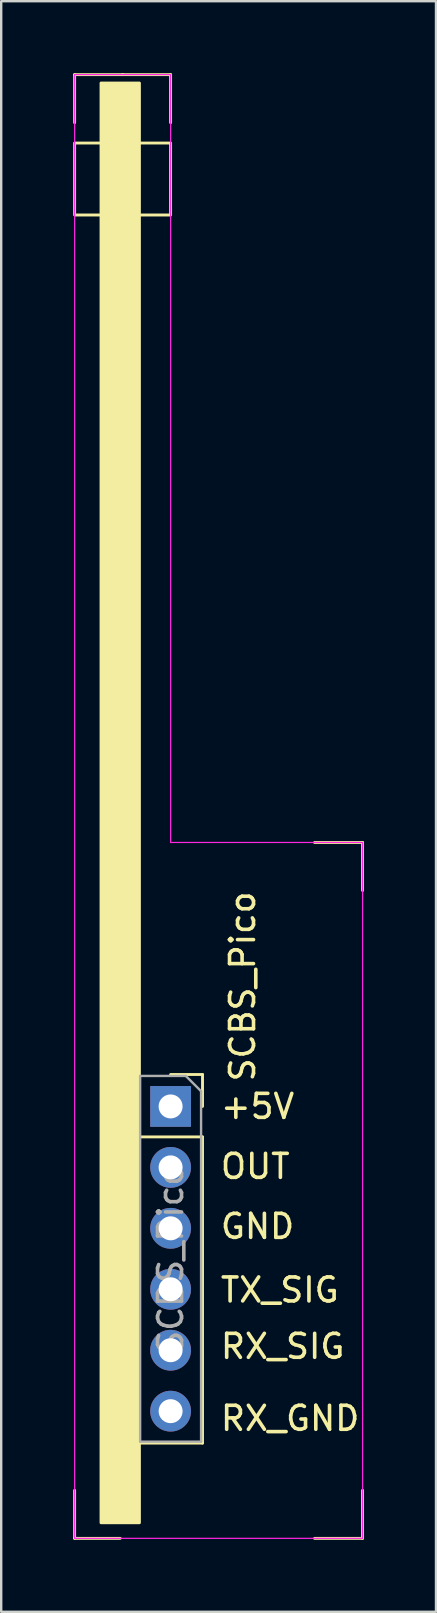
<source format=kicad_pcb>
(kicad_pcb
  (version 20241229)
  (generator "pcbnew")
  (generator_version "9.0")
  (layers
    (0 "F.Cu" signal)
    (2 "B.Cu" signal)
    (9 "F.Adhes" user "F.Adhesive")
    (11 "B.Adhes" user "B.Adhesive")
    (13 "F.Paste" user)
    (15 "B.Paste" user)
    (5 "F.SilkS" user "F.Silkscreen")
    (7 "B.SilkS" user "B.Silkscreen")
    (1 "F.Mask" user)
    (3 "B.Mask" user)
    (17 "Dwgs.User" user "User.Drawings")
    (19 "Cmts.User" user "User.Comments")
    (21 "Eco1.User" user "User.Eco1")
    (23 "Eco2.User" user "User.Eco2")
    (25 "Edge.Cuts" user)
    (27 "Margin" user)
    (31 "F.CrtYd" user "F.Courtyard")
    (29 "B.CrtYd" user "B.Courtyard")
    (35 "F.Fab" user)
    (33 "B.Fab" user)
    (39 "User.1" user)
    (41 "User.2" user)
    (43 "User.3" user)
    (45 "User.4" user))
  (footprint "SCBS_Pico"
    (layer "F.Cu")
    (at 4.06 43.06)
    (property "Reference" "SCBS_Pico" (at 3 -5 90) (layer "F.SilkS") (effects (font (size 1 1) (thickness 0.15))))
    (attr through_hole)
    (fp_line (start -4 -43) (end -4 -41) (stroke (width 0.12) (type solid)) (layer "F.SilkS"))
    (fp_line (start -4 16) (end -4 18) (stroke (width 0.12) (type solid)) (layer "F.SilkS"))
    (fp_line (start -4 18) (end -2.1 18) (stroke (width 0.12) (type solid)) (layer "F.SilkS"))
    (fp_line (start -2 -43) (end -4 -43) (stroke (width 0.12) (type solid)) (layer "F.SilkS"))
    (fp_line (start -2 -43) (end 0 -43) (stroke (width 0.12) (type solid)) (layer "F.SilkS"))
    (fp_line (start -1.33 1.27) (end -1.33 14.03) (stroke (width 0.12) (type solid)) (layer "F.SilkS"))
    (fp_line (start -1.33 1.27) (end 1.33 1.27) (stroke (width 0.12) (type solid)) (layer "F.SilkS"))
    (fp_line (start -1.33 14.03) (end 1.33 14.03) (stroke (width 0.12) (type solid)) (layer "F.SilkS"))
    (fp_line (start 0 -43) (end 0 -41) (stroke (width 0.12) (type solid)) (layer "F.SilkS"))
    (fp_line (start 0 -1.33) (end 1.33 -1.33) (stroke (width 0.12) (type solid)) (layer "F.SilkS"))
    (fp_line (start 1.33 -1.33) (end 1.33 0) (stroke (width 0.12) (type solid)) (layer "F.SilkS"))
    (fp_line (start 1.33 1.27) (end 1.33 14.03) (stroke (width 0.12) (type solid)) (layer "F.SilkS"))
    (fp_line (start 6 -11) (end 8 -11) (stroke (width 0.12) (type solid)) (layer "F.SilkS"))
    (fp_line (start 8 -11) (end 8 -9) (stroke (width 0.12) (type solid)) (layer "F.SilkS"))
    (fp_line (start 8 16) (end 8 18) (stroke (width 0.12) (type solid)) (layer "F.SilkS"))
    (fp_line (start 8 18) (end 6 18) (stroke (width 0.12) (type solid)) (layer "F.SilkS"))
    (fp_rect (start -4 -40.15) (end 0 -37.15) (stroke (width 0.12) (type solid)) (fill no) (layer "F.SilkS"))
    (fp_rect (start -1.3 17.35) (end -2.9 -42.65) (stroke (width 0.12) (type solid)) (fill yes) (layer "F.SilkS"))
    (fp_line (start -4 -43) (end 0 -43) (stroke (width 0.05) (type solid)) (layer "F.CrtYd"))
    (fp_line (start -4 18) (end -4 -43) (stroke (width 0.05) (type solid)) (layer "F.CrtYd"))
    (fp_line (start 0 -43) (end 0 -11) (stroke (width 0.05) (type solid)) (layer "F.CrtYd"))
    (fp_line (start 0 -11) (end 8 -11) (stroke (width 0.05) (type solid)) (layer "F.CrtYd"))
    (fp_line (start 8 -11) (end 8 18) (stroke (width 0.05) (type solid)) (layer "F.CrtYd"))
    (fp_line (start 8 18) (end -4 18) (stroke (width 0.05) (type solid)) (layer "F.CrtYd"))
    (fp_line (start -1.27 -1.27) (end 0.635 -1.27) (stroke (width 0.1) (type solid)) (layer "F.Fab"))
    (fp_line (start -1.27 13.97) (end -1.27 -1.27) (stroke (width 0.1) (type solid)) (layer "F.Fab"))
    (fp_line (start 0.635 -1.27) (end 1.27 -0.635) (stroke (width 0.1) (type solid)) (layer "F.Fab"))
    (fp_line (start 1.27 -0.635) (end 1.27 13.97) (stroke (width 0.1) (type solid)) (layer "F.Fab"))
    (fp_line (start 1.27 13.97) (end -1.27 13.97) (stroke (width 0.1) (type solid)) (layer "F.Fab"))
    (fp_text user "RX_SIG" (at 2 10 0) (unlocked yes) (layer "F.SilkS") (effects (font (size 1 1) (thickness 0.15)) (justify left)))
    (fp_text user "+5V" (at 2 0 0) (unlocked yes) (layer "F.SilkS") (effects (font (size 1 1) (thickness 0.15)) (justify left)))
    (fp_text user "TX_SIG" (at 2 7.65 0) (unlocked yes) (layer "F.SilkS") (effects (font (size 1 1) (thickness 0.15)) (justify left)))
    (fp_text user "GND" (at 2 5 0) (unlocked yes) (layer "F.SilkS") (effects (font (size 1 1) (thickness 0.15)) (justify left)))
    (fp_text user "OUT" (at 2 2.5 0) (unlocked yes) (layer "F.SilkS") (effects (font (size 1 1) (thickness 0.15)) (justify left)))
    (fp_text user "RX_GND" (at 2 13 0) (unlocked yes) (layer "F.SilkS") (effects (font (size 1 1) (thickness 0.15)) (justify left)))
    (fp_text user "${REFERENCE}" (at 0 6.35 90) (layer "F.Fab") (effects (font (size 1 1) (thickness 0.15))))
    (pad "1" thru_hole rect (at 0 0) (size 1.7 1.7) (drill 1) (layers "*.Cu" "*.Mask"))
    (pad "2" thru_hole oval (at 0 2.54) (size 1.7 1.7) (drill 1) (layers "*.Cu" "*.Mask"))
    (pad "3" thru_hole oval (at 0 5.08) (size 1.7 1.7) (drill 1) (layers "*.Cu" "*.Mask"))
    (pad "4" thru_hole oval (at 0 7.62) (size 1.7 1.7) (drill 1) (layers "*.Cu" "*.Mask"))
    (pad "5" thru_hole oval (at 0 10.16) (size 1.7 1.7) (drill 1) (layers "*.Cu" "*.Mask"))
    (pad "6" thru_hole oval (at 0 12.7) (size 1.7 1.7) (drill 1) (layers "*.Cu" "*.Mask")))
  (gr_rect
    (start -3 -3)
    (end 15.12 64.12)
    (stroke (width 0.1) (type default))
    (fill no)
    (layer "Edge.Cuts")))
</source>
